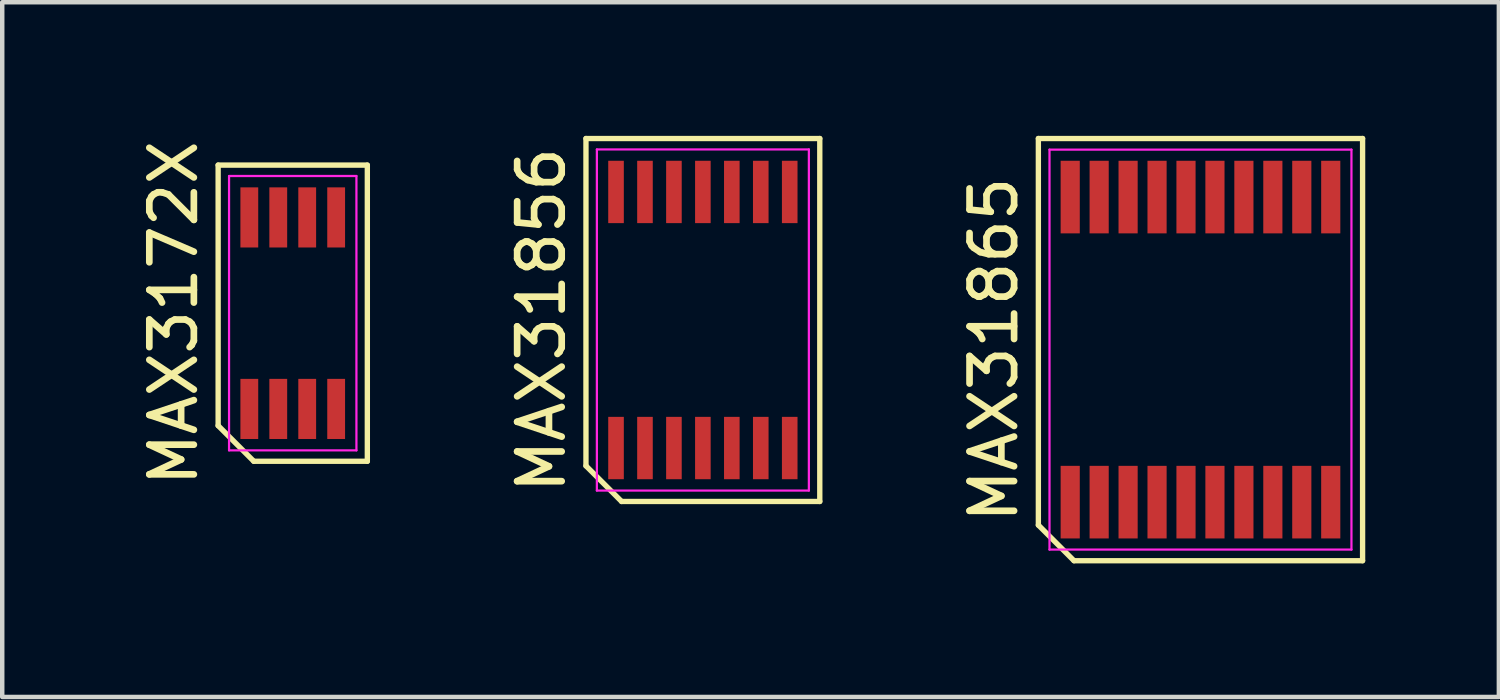
<source format=kicad_pcb>
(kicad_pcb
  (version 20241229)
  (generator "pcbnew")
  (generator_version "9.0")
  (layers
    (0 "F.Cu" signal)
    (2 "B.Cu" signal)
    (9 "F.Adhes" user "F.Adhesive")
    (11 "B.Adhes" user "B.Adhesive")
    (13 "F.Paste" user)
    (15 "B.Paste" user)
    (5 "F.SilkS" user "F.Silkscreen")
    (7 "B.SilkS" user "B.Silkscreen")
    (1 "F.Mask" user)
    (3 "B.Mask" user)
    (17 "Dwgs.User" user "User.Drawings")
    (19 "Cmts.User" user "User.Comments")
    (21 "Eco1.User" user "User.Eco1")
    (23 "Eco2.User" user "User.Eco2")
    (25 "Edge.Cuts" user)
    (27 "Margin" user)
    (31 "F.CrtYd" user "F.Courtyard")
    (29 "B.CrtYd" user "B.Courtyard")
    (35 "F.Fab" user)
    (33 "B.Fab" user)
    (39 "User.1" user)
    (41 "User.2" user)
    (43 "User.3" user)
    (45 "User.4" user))
  (footprint "MAX3172X"
    (layer "F.Cu")
    (at 3.523 3.982)
    (property "Reference" "MAX3172X" (at -2.675 0 90) (layer "F.SilkS") (effects (font (size 1 1) (thickness 0.15))))
    (attr smd)
    (fp_line (start -1.675 -3.325) (end 1.675 -3.325) (stroke (width 0.12) (type solid)) (layer "F.SilkS"))
    (fp_line (start -1.675 2.525) (end -1.675 -3.325) (stroke (width 0.12) (type solid)) (layer "F.SilkS"))
    (fp_line (start -0.875 3.325) (end -1.675 2.525) (stroke (width 0.12) (type solid)) (layer "F.SilkS"))
    (fp_line (start 1.675 -3.325) (end 1.675 3.325) (stroke (width 0.12) (type solid)) (layer "F.SilkS"))
    (fp_line (start 1.675 3.325) (end -0.875 3.325) (stroke (width 0.12) (type solid)) (layer "F.SilkS"))
    (fp_line (start -1.43 -3.08) (end 1.43 -3.08) (stroke (width 0.05) (type solid)) (layer "F.CrtYd"))
    (fp_line (start -1.43 3.08) (end -1.43 -3.08) (stroke (width 0.05) (type solid)) (layer "F.CrtYd"))
    (fp_line (start 1.43 -3.08) (end 1.43 3.08) (stroke (width 0.05) (type solid)) (layer "F.CrtYd"))
    (fp_line (start 1.43 3.08) (end -1.43 3.08) (stroke (width 0.05) (type solid)) (layer "F.CrtYd"))
    (pad "1" smd rect (at -0.975 2.15) (size 0.4 1.35) (layers "F.Cu" "F.Mask" "F.Paste"))
    (pad "2" smd rect (at -0.325 2.15) (size 0.4 1.35) (layers "F.Cu" "F.Mask" "F.Paste"))
    (pad "3" smd rect (at 0.325 2.15) (size 0.4 1.35) (layers "F.Cu" "F.Mask" "F.Paste"))
    (pad "4" smd rect (at 0.975 2.15) (size 0.4 1.35) (layers "F.Cu" "F.Mask" "F.Paste"))
    (pad "5" smd rect (at 0.975 -2.15) (size 0.4 1.35) (layers "F.Cu" "F.Mask" "F.Paste"))
    (pad "6" smd rect (at 0.325 -2.15) (size 0.4 1.35) (layers "F.Cu" "F.Mask" "F.Paste"))
    (pad "7" smd rect (at -0.325 -2.15) (size 0.4 1.35) (layers "F.Cu" "F.Mask" "F.Paste"))
    (pad "8" smd rect (at -0.975 -2.15) (size 0.4 1.35) (layers "F.Cu" "F.Mask" "F.Paste")))
  (footprint "MAX31865"
    (layer "F.Cu")
    (at 23.905 4.8)
    (property "Reference" "MAX31865" (at -4.64 0 90) (layer "F.SilkS") (effects (font (size 1 1) (thickness 0.15))))
    (attr smd)
    (fp_line (start -3.64 -4.74) (end 3.64 -4.74) (stroke (width 0.12) (type solid)) (layer "F.SilkS"))
    (fp_line (start -3.64 3.94) (end -3.64 -4.74) (stroke (width 0.12) (type solid)) (layer "F.SilkS"))
    (fp_line (start -2.84 4.74) (end -3.64 3.94) (stroke (width 0.12) (type solid)) (layer "F.SilkS"))
    (fp_line (start 3.64 -4.74) (end 3.64 4.74) (stroke (width 0.12) (type solid)) (layer "F.SilkS"))
    (fp_line (start 3.64 4.74) (end -2.84 4.74) (stroke (width 0.12) (type solid)) (layer "F.SilkS"))
    (fp_line (start -3.39 -4.49) (end 3.39 -4.49) (stroke (width 0.05) (type solid)) (layer "F.CrtYd"))
    (fp_line (start -3.39 4.49) (end -3.39 -4.49) (stroke (width 0.05) (type solid)) (layer "F.CrtYd"))
    (fp_line (start 3.39 -4.49) (end 3.39 4.49) (stroke (width 0.05) (type solid)) (layer "F.CrtYd"))
    (fp_line (start 3.39 4.49) (end -3.39 4.49) (stroke (width 0.05) (type solid)) (layer "F.CrtYd"))
    (pad "1" smd rect (at -2.925 3.425) (size 0.43 1.63) (layers "F.Cu" "F.Mask" "F.Paste"))
    (pad "2" smd rect (at -2.275 3.425) (size 0.43 1.63) (layers "F.Cu" "F.Mask" "F.Paste"))
    (pad "3" smd rect (at -1.625 3.425) (size 0.43 1.63) (layers "F.Cu" "F.Mask" "F.Paste"))
    (pad "4" smd rect (at -0.975 3.425) (size 0.43 1.63) (layers "F.Cu" "F.Mask" "F.Paste"))
    (pad "5" smd rect (at -0.325 3.425) (size 0.43 1.63) (layers "F.Cu" "F.Mask" "F.Paste"))
    (pad "6" smd rect (at 0.325 3.425) (size 0.43 1.63) (layers "F.Cu" "F.Mask" "F.Paste"))
    (pad "7" smd rect (at 0.975 3.425) (size 0.43 1.63) (layers "F.Cu" "F.Mask" "F.Paste"))
    (pad "8" smd rect (at 1.625 3.425) (size 0.43 1.63) (layers "F.Cu" "F.Mask" "F.Paste"))
    (pad "9" smd rect (at 2.275 3.425) (size 0.43 1.63) (layers "F.Cu" "F.Mask" "F.Paste"))
    (pad "10" smd rect (at 2.925 3.425) (size 0.43 1.63) (layers "F.Cu" "F.Mask" "F.Paste"))
    (pad "11" smd rect (at 2.925 -3.425) (size 0.43 1.63) (layers "F.Cu" "F.Mask" "F.Paste"))
    (pad "12" smd rect (at 2.275 -3.425) (size 0.43 1.63) (layers "F.Cu" "F.Mask" "F.Paste"))
    (pad "13" smd rect (at 1.625 -3.425) (size 0.43 1.63) (layers "F.Cu" "F.Mask" "F.Paste"))
    (pad "14" smd rect (at 0.975 -3.425) (size 0.43 1.63) (layers "F.Cu" "F.Mask" "F.Paste"))
    (pad "15" smd rect (at 0.325 -3.425) (size 0.43 1.63) (layers "F.Cu" "F.Mask" "F.Paste"))
    (pad "16" smd rect (at -0.325 -3.425) (size 0.43 1.63) (layers "F.Cu" "F.Mask" "F.Paste"))
    (pad "17" smd rect (at -0.975 -3.425) (size 0.43 1.63) (layers "F.Cu" "F.Mask" "F.Paste"))
    (pad "18" smd rect (at -1.625 -3.425) (size 0.43 1.63) (layers "F.Cu" "F.Mask" "F.Paste"))
    (pad "19" smd rect (at -2.275 -3.425) (size 0.43 1.63) (layers "F.Cu" "F.Mask" "F.Paste"))
    (pad "20" smd rect (at -2.925 -3.425) (size 0.43 1.63) (layers "F.Cu" "F.Mask" "F.Paste")))
  (footprint "MAX31856"
    (layer "F.Cu")
    (at 12.732 4.135)
    (property "Reference" "MAX31856" (at -3.625 0 90) (layer "F.SilkS") (effects (font (size 1 1) (thickness 0.15))))
    (attr smd)
    (fp_line (start -2.625 -4.075) (end 2.625 -4.075) (stroke (width 0.12) (type solid)) (layer "F.SilkS"))
    (fp_line (start -2.625 3.275) (end -2.625 -4.075) (stroke (width 0.12) (type solid)) (layer "F.SilkS"))
    (fp_line (start -1.825 4.075) (end -2.625 3.275) (stroke (width 0.12) (type solid)) (layer "F.SilkS"))
    (fp_line (start 2.625 -4.075) (end 2.625 4.075) (stroke (width 0.12) (type solid)) (layer "F.SilkS"))
    (fp_line (start 2.625 4.075) (end -1.825 4.075) (stroke (width 0.12) (type solid)) (layer "F.SilkS"))
    (fp_line (start -2.38 -3.83) (end 2.38 -3.83) (stroke (width 0.05) (type solid)) (layer "F.CrtYd"))
    (fp_line (start -2.38 3.83) (end -2.38 -3.83) (stroke (width 0.05) (type solid)) (layer "F.CrtYd"))
    (fp_line (start 2.38 -3.83) (end 2.38 3.83) (stroke (width 0.05) (type solid)) (layer "F.CrtYd"))
    (fp_line (start 2.38 3.83) (end -2.38 3.83) (stroke (width 0.05) (type solid)) (layer "F.CrtYd"))
    (pad "1" smd rect (at -1.95 2.875) (size 0.35 1.4) (layers "F.Cu" "F.Mask" "F.Paste"))
    (pad "2" smd rect (at -1.3 2.875) (size 0.35 1.4) (layers "F.Cu" "F.Mask" "F.Paste"))
    (pad "3" smd rect (at -0.65 2.875) (size 0.35 1.4) (layers "F.Cu" "F.Mask" "F.Paste"))
    (pad "4" smd rect (at 0 2.875) (size 0.35 1.4) (layers "F.Cu" "F.Mask" "F.Paste"))
    (pad "5" smd rect (at 0.65 2.875) (size 0.35 1.4) (layers "F.Cu" "F.Mask" "F.Paste"))
    (pad "6" smd rect (at 1.3 2.875) (size 0.35 1.4) (layers "F.Cu" "F.Mask" "F.Paste"))
    (pad "7" smd rect (at 1.95 2.875) (size 0.35 1.4) (layers "F.Cu" "F.Mask" "F.Paste"))
    (pad "8" smd rect (at 1.95 -2.875) (size 0.35 1.4) (layers "F.Cu" "F.Mask" "F.Paste"))
    (pad "9" smd rect (at 1.3 -2.875) (size 0.35 1.4) (layers "F.Cu" "F.Mask" "F.Paste"))
    (pad "10" smd rect (at 0.65 -2.875) (size 0.35 1.4) (layers "F.Cu" "F.Mask" "F.Paste"))
    (pad "11" smd rect (at 0 -2.875) (size 0.35 1.4) (layers "F.Cu" "F.Mask" "F.Paste"))
    (pad "12" smd rect (at -0.65 -2.875) (size 0.35 1.4) (layers "F.Cu" "F.Mask" "F.Paste"))
    (pad "13" smd rect (at -1.3 -2.875) (size 0.35 1.4) (layers "F.Cu" "F.Mask" "F.Paste"))
    (pad "14" smd rect (at -1.95 -2.875) (size 0.35 1.4) (layers "F.Cu" "F.Mask" "F.Paste")))
  (gr_rect
    (start -3 -3)
    (end 30.605 12.6)
    (stroke (width 0.1) (type default))
    (fill no)
    (layer "Edge.Cuts")))
</source>
